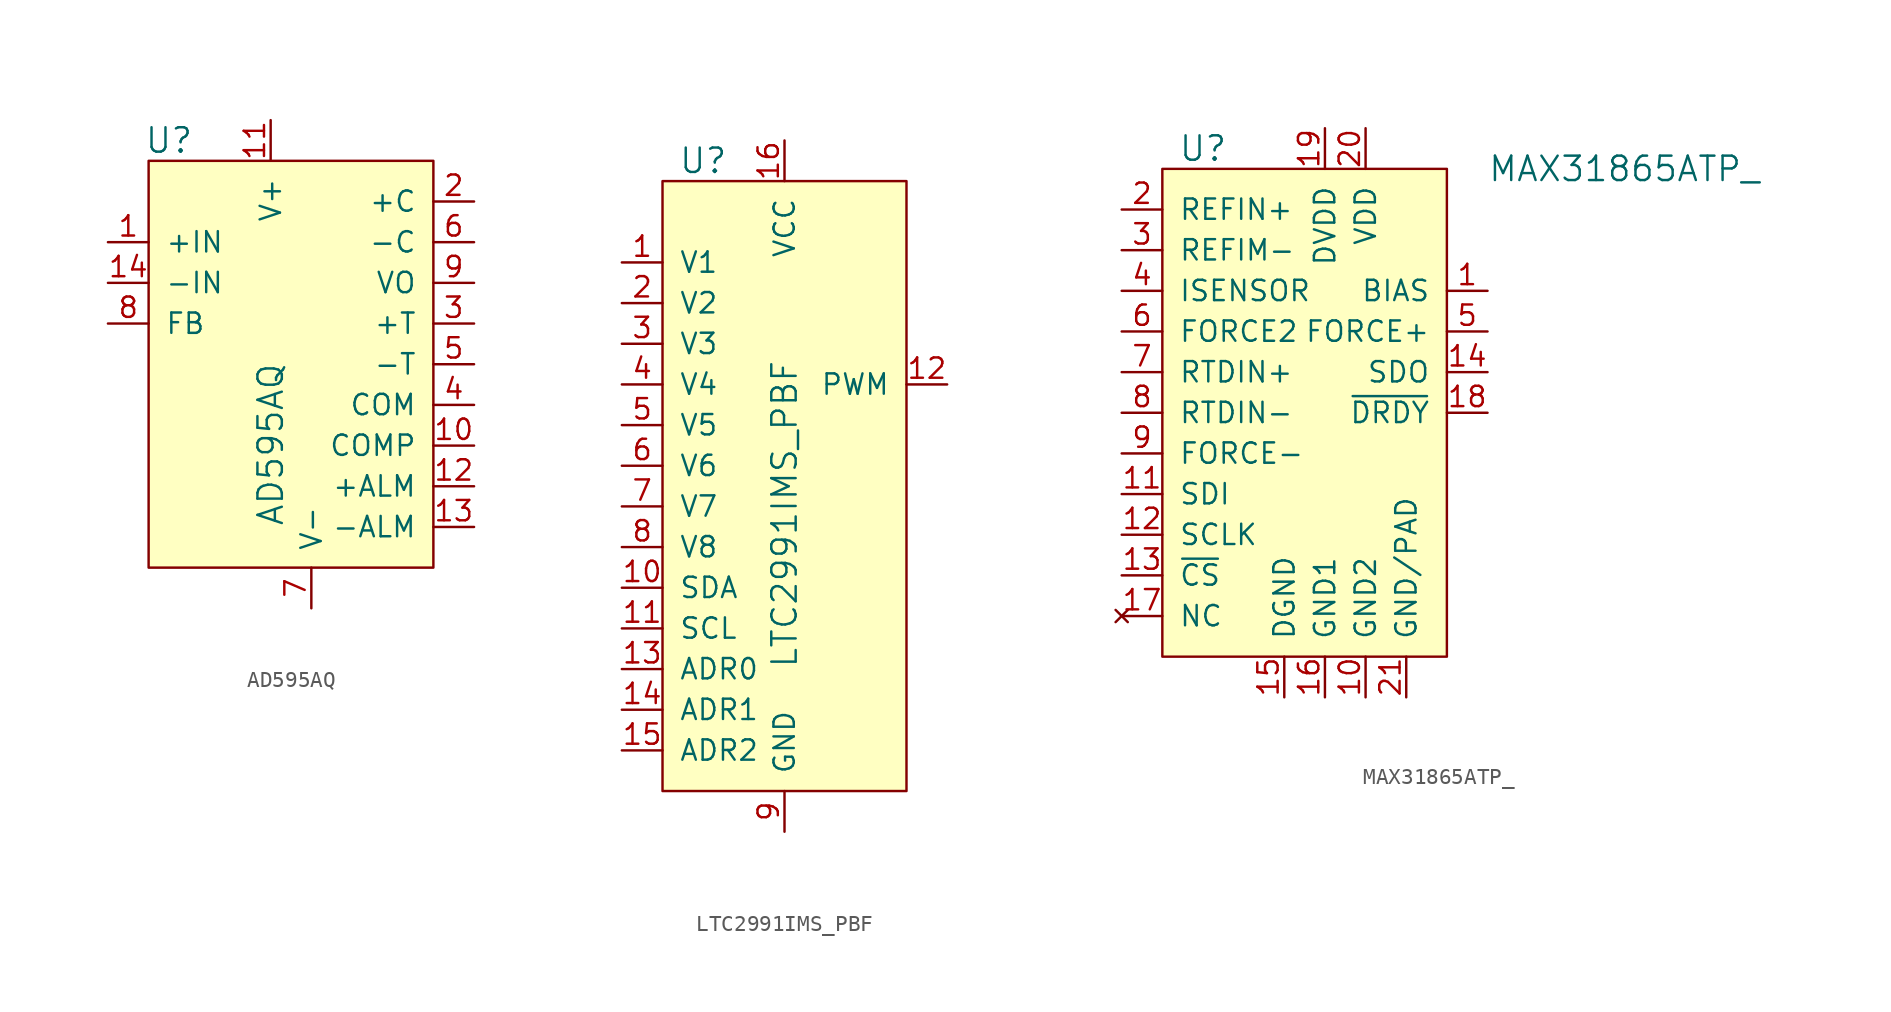
<source format=kicad_sym>
(kicad_symbol_lib
  (version 20220914)
  (generator kicad_symbol_editor)
  (symbol "AD595AQ"
    (pin_names
      (offset 1.016))
    (property "Reference" "U"
      (at -8.89 8.89 0)
      (effects (font (size 1.524 1.524))))
    (property "Value" "AD595AQ"
      (at -2.54 -15.24 90)
      (effects (font (size 1.524 1.524)) (justify left)))
    (symbol "AD595AQ_0_1"
      (rectangle (start -10.16 7.62) (end 7.62 -17.78) (stroke (width 0) (type solid)) (fill (type background))))
    (symbol "AD595AQ_1_1"
      (pin input line (at -12.7 2.54 0) (length 2.54) (name "+IN" (effects (font (size 1.27 1.27)))) (number "1" (effects (font (size 1.27 1.27)))))
      (pin passive line (at 10.16 -10.16 180) (length 2.54) (name "COMP" (effects (font (size 1.27 1.27)))) (number "10" (effects (font (size 1.27 1.27)))))
      (pin power_in line (at -2.54 10.16 270) (length 2.54) (name "V+" (effects (font (size 1.27 1.27)))) (number "11" (effects (font (size 1.27 1.27)))))
      (pin passive line (at 10.16 -12.7 180) (length 2.54) (name "+ALM" (effects (font (size 1.27 1.27)))) (number "12" (effects (font (size 1.27 1.27)))))
      (pin passive line (at 10.16 -15.24 180) (length 2.54) (name "-ALM" (effects (font (size 1.27 1.27)))) (number "13" (effects (font (size 1.27 1.27)))))
      (pin input line (at -12.7 0 0) (length 2.54) (name "-IN" (effects (font (size 1.27 1.27)))) (number "14" (effects (font (size 1.27 1.27)))))
      (pin output line (at 10.16 5.08 180) (length 2.54) (name "+C" (effects (font (size 1.27 1.27)))) (number "2" (effects (font (size 1.27 1.27)))))
      (pin passive line (at 10.16 -2.54 180) (length 2.54) (name "+T" (effects (font (size 1.27 1.27)))) (number "3" (effects (font (size 1.27 1.27)))))
      (pin passive line (at 10.16 -7.62 180) (length 2.54) (name "COM" (effects (font (size 1.27 1.27)))) (number "4" (effects (font (size 1.27 1.27)))))
      (pin passive line (at 10.16 -5.08 180) (length 2.54) (name "-T" (effects (font (size 1.27 1.27)))) (number "5" (effects (font (size 1.27 1.27)))))
      (pin output line (at 10.16 2.54 180) (length 2.54) (name "-C" (effects (font (size 1.27 1.27)))) (number "6" (effects (font (size 1.27 1.27)))))
      (pin power_in line (at 0 -20.32 90) (length 2.54) (name "V-" (effects (font (size 1.27 1.27)))) (number "7" (effects (font (size 1.27 1.27)))))
      (pin passive line (at -12.7 -2.54 0) (length 2.54) (name "FB" (effects (font (size 1.27 1.27)))) (number "8" (effects (font (size 1.27 1.27)))))
      (pin output line (at 10.16 0 180) (length 2.54) (name "VO" (effects (font (size 1.27 1.27)))) (number "9" (effects (font (size 1.27 1.27)))))))
  (symbol "LTC2991IMS_PBF"
    (pin_names
      (offset 1.016))
    (property "Reference" "U"
      (at -5.08 11.43 0)
      (effects (font (size 1.524 1.524))))
    (property "Value" "LTC2991IMS_PBF"
      (at 0 -20.32 90)
      (effects (font (size 1.524 1.524)) (justify left)))
    (symbol "LTC2991IMS_PBF_0_1"
      (rectangle (start -7.62 10.16) (end 7.62 -27.94) (stroke (width 0) (type solid)) (fill (type background))))
    (symbol "LTC2991IMS_PBF_1_1"
      (pin input line (at -10.16 5.08 0) (length 2.54) (name "V1" (effects (font (size 1.27 1.27)))) (number "1" (effects (font (size 1.27 1.27)))))
      (pin bidirectional line (at -10.16 -15.24 0) (length 2.54) (name "SDA" (effects (font (size 1.27 1.27)))) (number "10" (effects (font (size 1.27 1.27)))))
      (pin input line (at -10.16 -17.78 0) (length 2.54) (name "SCL" (effects (font (size 1.27 1.27)))) (number "11" (effects (font (size 1.27 1.27)))))
      (pin output line (at 10.16 -2.54 180) (length 2.54) (name "PWM" (effects (font (size 1.27 1.27)))) (number "12" (effects (font (size 1.27 1.27)))))
      (pin input line (at -10.16 -20.32 0) (length 2.54) (name "ADR0" (effects (font (size 1.27 1.27)))) (number "13" (effects (font (size 1.27 1.27)))))
      (pin input line (at -10.16 -22.86 0) (length 2.54) (name "ADR1" (effects (font (size 1.27 1.27)))) (number "14" (effects (font (size 1.27 1.27)))))
      (pin input line (at -10.16 -25.4 0) (length 2.54) (name "ADR2" (effects (font (size 1.27 1.27)))) (number "15" (effects (font (size 1.27 1.27)))))
      (pin power_in line (at 0 12.7 270) (length 2.54) (name "VCC" (effects (font (size 1.27 1.27)))) (number "16" (effects (font (size 1.27 1.27)))))
      (pin input line (at -10.16 2.54 0) (length 2.54) (name "V2" (effects (font (size 1.27 1.27)))) (number "2" (effects (font (size 1.27 1.27)))))
      (pin input line (at -10.16 0 0) (length 2.54) (name "V3" (effects (font (size 1.27 1.27)))) (number "3" (effects (font (size 1.27 1.27)))))
      (pin input line (at -10.16 -2.54 0) (length 2.54) (name "V4" (effects (font (size 1.27 1.27)))) (number "4" (effects (font (size 1.27 1.27)))))
      (pin input line (at -10.16 -5.08 0) (length 2.54) (name "V5" (effects (font (size 1.27 1.27)))) (number "5" (effects (font (size 1.27 1.27)))))
      (pin input line (at -10.16 -7.62 0) (length 2.54) (name "V6" (effects (font (size 1.27 1.27)))) (number "6" (effects (font (size 1.27 1.27)))))
      (pin input line (at -10.16 -10.16 0) (length 2.54) (name "V7" (effects (font (size 1.27 1.27)))) (number "7" (effects (font (size 1.27 1.27)))))
      (pin input line (at -10.16 -12.7 0) (length 2.54) (name "V8" (effects (font (size 1.27 1.27)))) (number "8" (effects (font (size 1.27 1.27)))))
      (pin power_in line (at 0 -30.48 90) (length 2.54) (name "GND" (effects (font (size 1.27 1.27)))) (number "9" (effects (font (size 1.27 1.27)))))))
  (symbol "MAX31865ATP_"
    (pin_names
      (offset 1.016))
    (property "Reference" "U"
      (at -7.62 6.35 0)
      (effects (font (size 1.524 1.524))))
    (property "Value" "MAX31865ATP_"
      (at 10.16 5.08 0)
      (effects (font (size 1.524 1.524)) (justify left)))
    (symbol "MAX31865ATP__0_1"
      (rectangle (start -10.16 5.08) (end 7.62 -25.4) (stroke (width 0) (type solid)) (fill (type background))))
    (symbol "MAX31865ATP__1_1"
      (pin output line (at 10.16 -2.54 180) (length 2.54) (name "BIAS" (effects (font (size 1.27 1.27)))) (number "1" (effects (font (size 1.27 1.27)))))
      (pin power_in line (at 2.54 -27.94 90) (length 2.54) (name "GND2" (effects (font (size 1.27 1.27)))) (number "10" (effects (font (size 1.27 1.27)))))
      (pin input line (at -12.7 -15.24 0) (length 2.54) (name "SDI" (effects (font (size 1.27 1.27)))) (number "11" (effects (font (size 1.27 1.27)))))
      (pin input line (at -12.7 -17.78 0) (length 2.54) (name "SCLK" (effects (font (size 1.27 1.27)))) (number "12" (effects (font (size 1.27 1.27)))))
      (pin input line (at -12.7 -20.32 0) (length 2.54) (name "~{CS}" (effects (font (size 1.27 1.27)))) (number "13" (effects (font (size 1.27 1.27)))))
      (pin output line (at 10.16 -7.62 180) (length 2.54) (name "SDO" (effects (font (size 1.27 1.27)))) (number "14" (effects (font (size 1.27 1.27)))))
      (pin power_in line (at -2.54 -27.94 90) (length 2.54) (name "DGND" (effects (font (size 1.27 1.27)))) (number "15" (effects (font (size 1.27 1.27)))))
      (pin power_in line (at 0 -27.94 90) (length 2.54) (name "GND1" (effects (font (size 1.27 1.27)))) (number "16" (effects (font (size 1.27 1.27)))))
      (pin no_connect line (at -12.7 -22.86 0) (length 2.54) (name "NC" (effects (font (size 1.27 1.27)))) (number "17" (effects (font (size 1.27 1.27)))))
      (pin output line (at 10.16 -10.16 180) (length 2.54) (name "~{DRDY}" (effects (font (size 1.27 1.27)))) (number "18" (effects (font (size 1.27 1.27)))))
      (pin power_in line (at 0 7.62 270) (length 2.54) (name "DVDD" (effects (font (size 1.27 1.27)))) (number "19" (effects (font (size 1.27 1.27)))))
      (pin input line (at -12.7 2.54 0) (length 2.54) (name "REFIN+" (effects (font (size 1.27 1.27)))) (number "2" (effects (font (size 1.27 1.27)))))
      (pin power_in line (at 2.54 7.62 270) (length 2.54) (name "VDD" (effects (font (size 1.27 1.27)))) (number "20" (effects (font (size 1.27 1.27)))))
      (pin power_in line (at 5.08 -27.94 90) (length 2.54) (name "GND/PAD" (effects (font (size 1.27 1.27)))) (number "21" (effects (font (size 1.27 1.27)))))
      (pin input line (at -12.7 0 0) (length 2.54) (name "REFIM-" (effects (font (size 1.27 1.27)))) (number "3" (effects (font (size 1.27 1.27)))))
      (pin input line (at -12.7 -2.54 0) (length 2.54) (name "ISENSOR" (effects (font (size 1.27 1.27)))) (number "4" (effects (font (size 1.27 1.27)))))
      (pin output line (at 10.16 -5.08 180) (length 2.54) (name "FORCE+" (effects (font (size 1.27 1.27)))) (number "5" (effects (font (size 1.27 1.27)))))
      (pin input line (at -12.7 -5.08 0) (length 2.54) (name "FORCE2" (effects (font (size 1.27 1.27)))) (number "6" (effects (font (size 1.27 1.27)))))
      (pin input line (at -12.7 -7.62 0) (length 2.54) (name "RTDIN+" (effects (font (size 1.27 1.27)))) (number "7" (effects (font (size 1.27 1.27)))))
      (pin input line (at -12.7 -10.16 0) (length 2.54) (name "RTDIN-" (effects (font (size 1.27 1.27)))) (number "8" (effects (font (size 1.27 1.27)))))
      (pin input line (at -12.7 -12.7 0) (length 2.54) (name "FORCE-" (effects (font (size 1.27 1.27)))) (number "9" (effects (font (size 1.27 1.27))))))))
</source>
